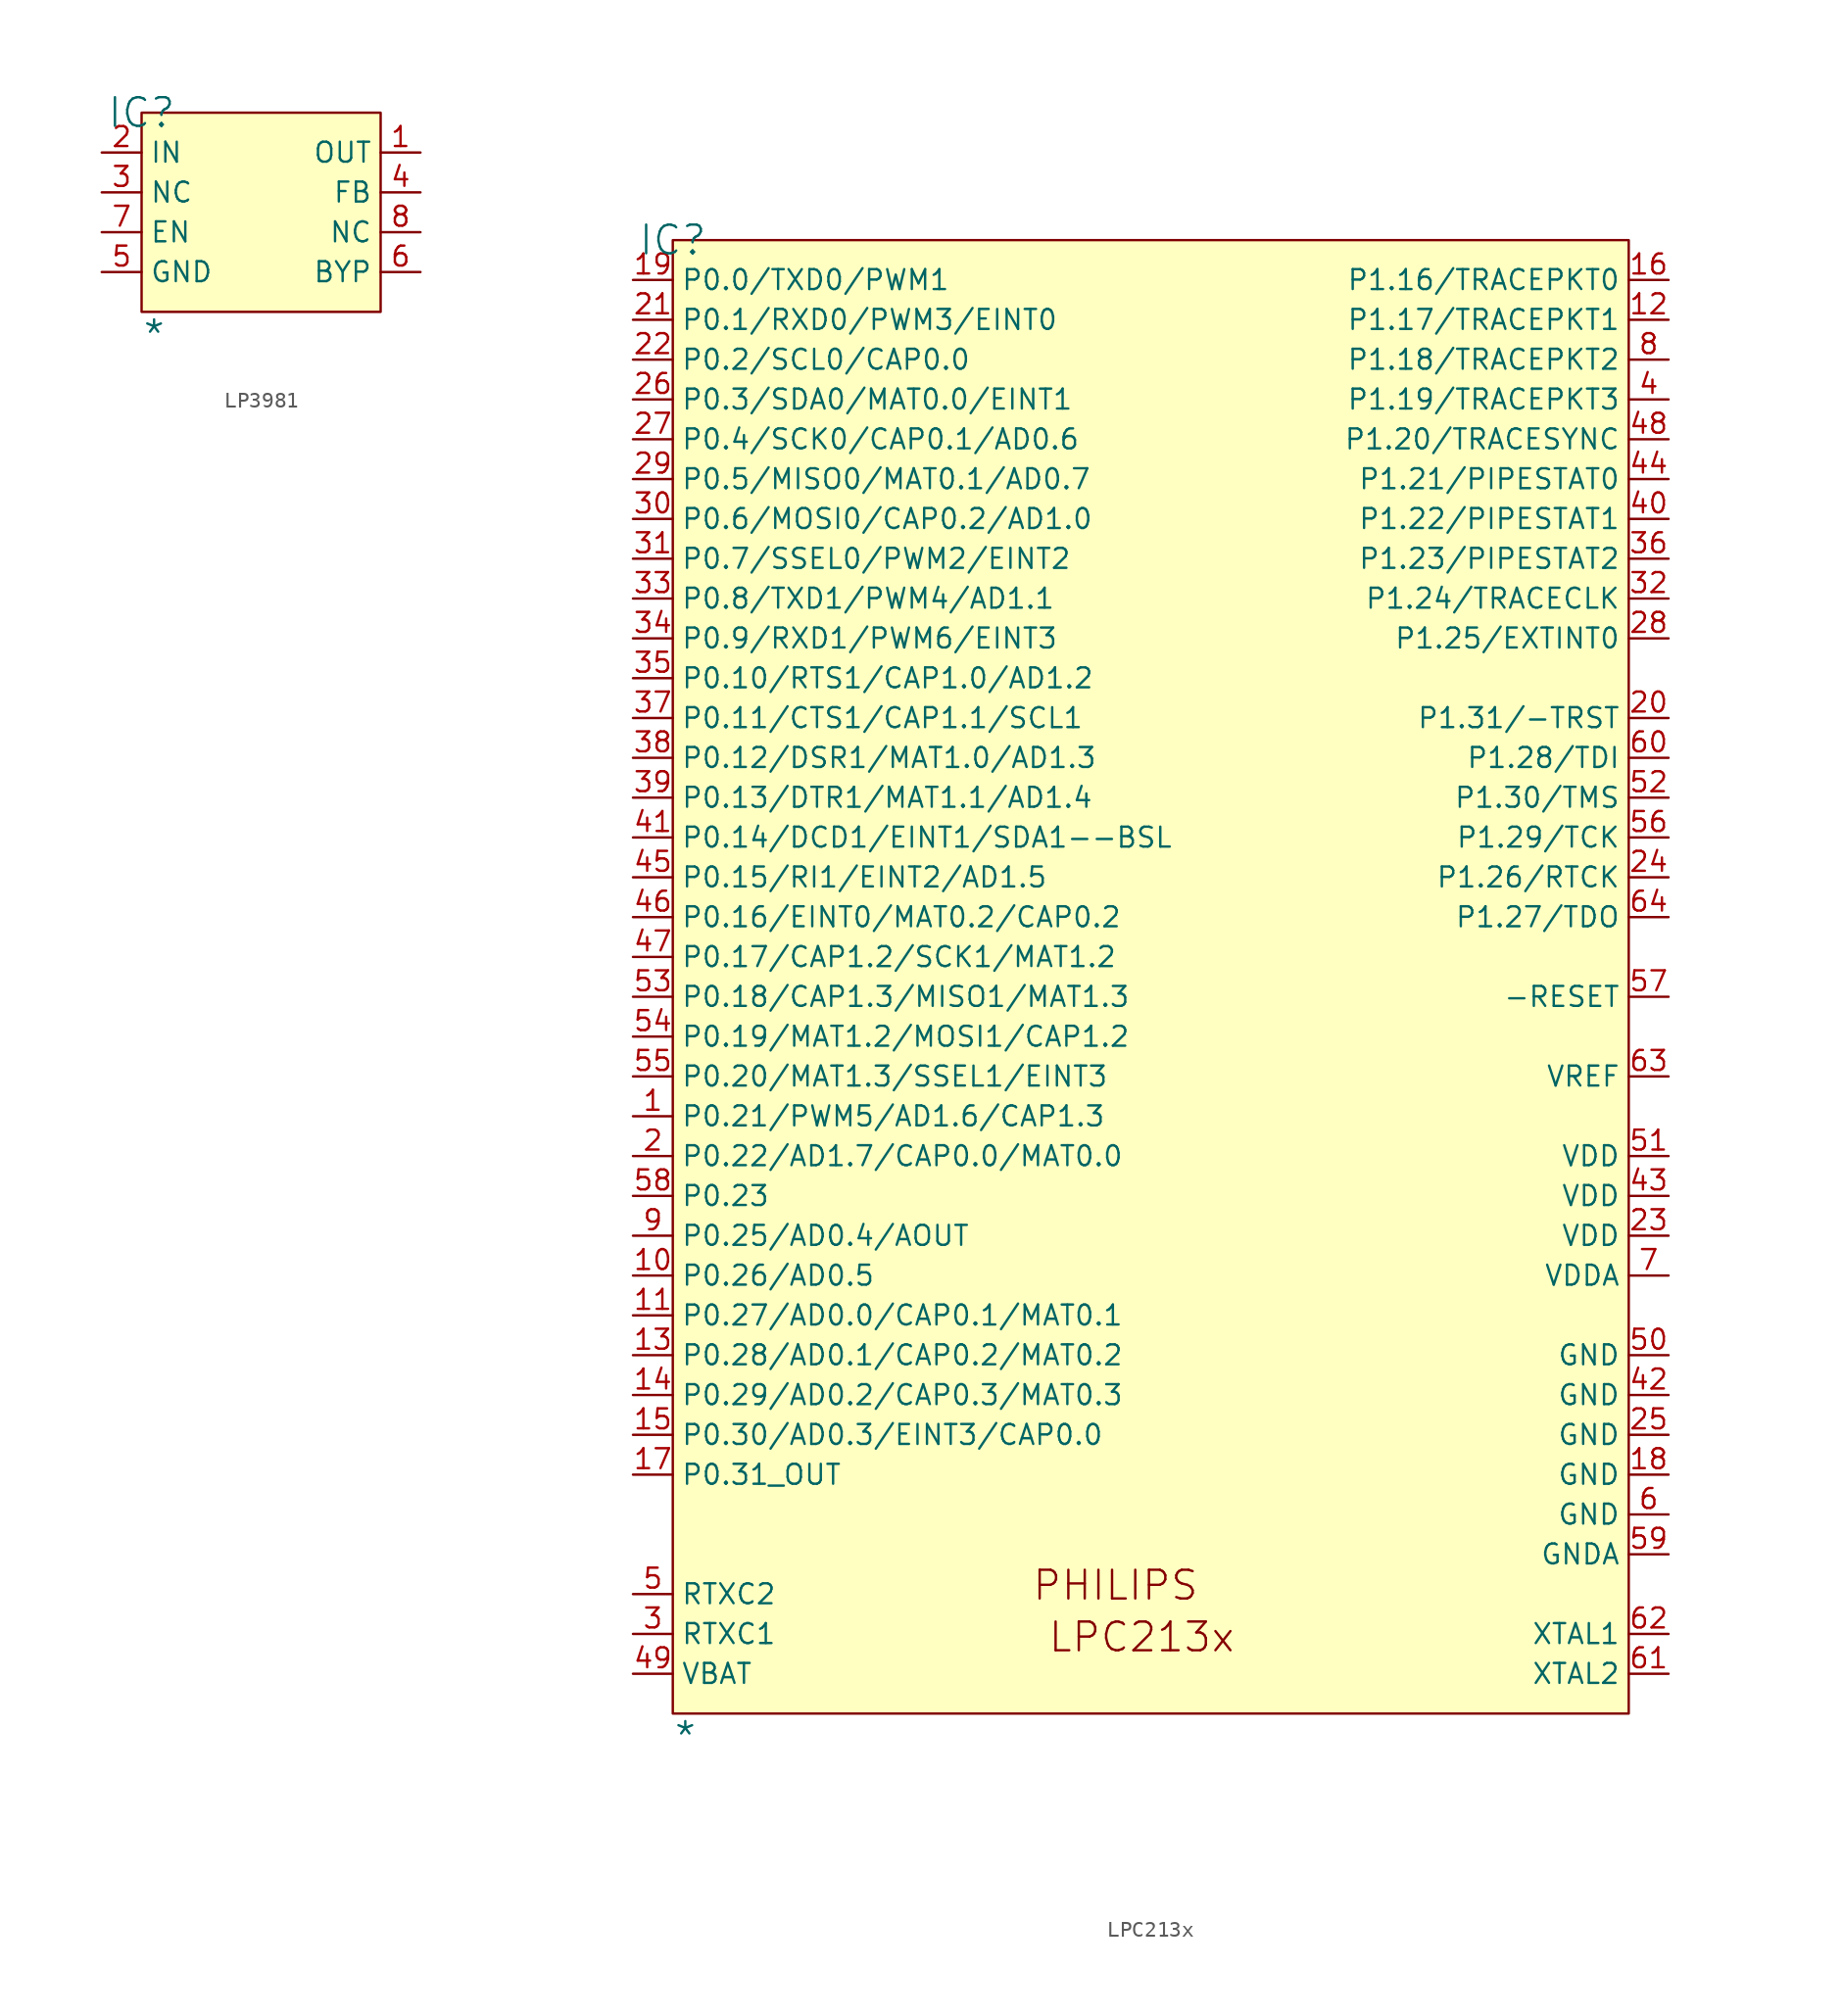
<source format=kicad_sym>
(kicad_symbol_lib
  (version 20241209)
  (generator "kicad_symbol_editor")
  (generator_version "9.0")
  (symbol "LP3981"
    (property "Reference" "IC"
      (at 0 0 0)
      (effects (font (size 1.829 1.829))))
    (property "Value" "*"
      (at 0 -15.24 0)
      (effects (font (size 1.829 1.829)) (justify left bottom)))
    (symbol "LP3981_1_0"
      (rectangle (start 15.24 0) (end 0 -12.7) (stroke (width 0) (type solid) (color 128 0 0 1)) (fill (type background)))
      (pin power_in line (at -2.54 -2.54 0) (length 2.54) (name "IN" (effects (font (size 1.27 1.27)))) (number "2" (effects (font (size 1.27 1.27)))))
      (pin passive line (at -2.54 -5.08 0) (length 2.54) (name "NC" (effects (font (size 1.27 1.27)))) (number "3" (effects (font (size 1.27 1.27)))))
      (pin passive line (at -2.54 -7.62 0) (length 2.54) (name "EN" (effects (font (size 1.27 1.27)))) (number "7" (effects (font (size 1.27 1.27)))))
      (pin power_in line (at -2.54 -10.16 0) (length 2.54) (name "GND" (effects (font (size 1.27 1.27)))) (number "5" (effects (font (size 1.27 1.27)))))
      (pin power_in line (at 17.78 -2.54 180) (length 2.54) (name "OUT" (effects (font (size 1.27 1.27)))) (number "1" (effects (font (size 1.27 1.27)))))
      (pin passive line (at 17.78 -5.08 180) (length 2.54) (name "FB" (effects (font (size 1.27 1.27)))) (number "4" (effects (font (size 1.27 1.27)))))
      (pin passive line (at 17.78 -7.62 180) (length 2.54) (name "NC" (effects (font (size 1.27 1.27)))) (number "8" (effects (font (size 1.27 1.27)))))
      (pin passive line (at 17.78 -10.16 180) (length 2.54) (name "BYP" (effects (font (size 1.27 1.27)))) (number "6" (effects (font (size 1.27 1.27)))))))
  (symbol "LPC213x"
    (property "Reference" "IC"
      (at 0 0 0)
      (effects (font (size 1.829 1.829))))
    (property "Value" "*"
      (at 0 -96.52 0)
      (effects (font (size 1.829 1.829)) (justify left bottom)))
    (symbol "LPC213x_1_0"
      (rectangle (start 60.96 0) (end 0 -93.98) (stroke (width 0) (type solid) (color 128 0 0 1)) (fill (type background)))
      (text "PHILIPS" (at 22.86 -86.868 0) (effects (font (size 1.829 1.829)) (justify left bottom)))
      (text "LPC213x" (at 23.876 -90.17 0) (effects (font (size 1.829 1.829)) (justify left bottom)))
      (pin passive line (at -2.54 -2.54 0) (length 2.54) (name "P0.0/TXD0/PWM1" (effects (font (size 1.27 1.27)))) (number "19" (effects (font (size 1.27 1.27)))))
      (pin passive line (at -2.54 -5.08 0) (length 2.54) (name "P0.1/RXD0/PWM3/EINT0" (effects (font (size 1.27 1.27)))) (number "21" (effects (font (size 1.27 1.27)))))
      (pin passive line (at -2.54 -7.62 0) (length 2.54) (name "P0.2/SCL0/CAP0.0" (effects (font (size 1.27 1.27)))) (number "22" (effects (font (size 1.27 1.27)))))
      (pin passive line (at -2.54 -10.16 0) (length 2.54) (name "P0.3/SDA0/MAT0.0/EINT1" (effects (font (size 1.27 1.27)))) (number "26" (effects (font (size 1.27 1.27)))))
      (pin passive line (at -2.54 -12.7 0) (length 2.54) (name "P0.4/SCK0/CAP0.1/AD0.6" (effects (font (size 1.27 1.27)))) (number "27" (effects (font (size 1.27 1.27)))))
      (pin passive line (at -2.54 -15.24 0) (length 2.54) (name "P0.5/MISO0/MAT0.1/AD0.7" (effects (font (size 1.27 1.27)))) (number "29" (effects (font (size 1.27 1.27)))))
      (pin passive line (at -2.54 -17.78 0) (length 2.54) (name "P0.6/MOSI0/CAP0.2/AD1.0" (effects (font (size 1.27 1.27)))) (number "30" (effects (font (size 1.27 1.27)))))
      (pin passive line (at -2.54 -20.32 0) (length 2.54) (name "P0.7/SSEL0/PWM2/EINT2" (effects (font (size 1.27 1.27)))) (number "31" (effects (font (size 1.27 1.27)))))
      (pin passive line (at -2.54 -22.86 0) (length 2.54) (name "P0.8/TXD1/PWM4/AD1.1" (effects (font (size 1.27 1.27)))) (number "33" (effects (font (size 1.27 1.27)))))
      (pin passive line (at -2.54 -25.4 0) (length 2.54) (name "P0.9/RXD1/PWM6/EINT3" (effects (font (size 1.27 1.27)))) (number "34" (effects (font (size 1.27 1.27)))))
      (pin passive line (at -2.54 -27.94 0) (length 2.54) (name "P0.10/RTS1/CAP1.0/AD1.2" (effects (font (size 1.27 1.27)))) (number "35" (effects (font (size 1.27 1.27)))))
      (pin passive line (at -2.54 -30.48 0) (length 2.54) (name "P0.11/CTS1/CAP1.1/SCL1" (effects (font (size 1.27 1.27)))) (number "37" (effects (font (size 1.27 1.27)))))
      (pin passive line (at -2.54 -33.02 0) (length 2.54) (name "P0.12/DSR1/MAT1.0/AD1.3" (effects (font (size 1.27 1.27)))) (number "38" (effects (font (size 1.27 1.27)))))
      (pin passive line (at -2.54 -35.56 0) (length 2.54) (name "P0.13/DTR1/MAT1.1/AD1.4" (effects (font (size 1.27 1.27)))) (number "39" (effects (font (size 1.27 1.27)))))
      (pin passive line (at -2.54 -38.1 0) (length 2.54) (name "P0.14/DCD1/EINT1/SDA1--BSL" (effects (font (size 1.27 1.27)))) (number "41" (effects (font (size 1.27 1.27)))))
      (pin passive line (at -2.54 -40.64 0) (length 2.54) (name "P0.15/RI1/EINT2/AD1.5" (effects (font (size 1.27 1.27)))) (number "45" (effects (font (size 1.27 1.27)))))
      (pin passive line (at -2.54 -43.18 0) (length 2.54) (name "P0.16/EINT0/MAT0.2/CAP0.2" (effects (font (size 1.27 1.27)))) (number "46" (effects (font (size 1.27 1.27)))))
      (pin passive line (at -2.54 -45.72 0) (length 2.54) (name "P0.17/CAP1.2/SCK1/MAT1.2" (effects (font (size 1.27 1.27)))) (number "47" (effects (font (size 1.27 1.27)))))
      (pin passive line (at -2.54 -48.26 0) (length 2.54) (name "P0.18/CAP1.3/MISO1/MAT1.3" (effects (font (size 1.27 1.27)))) (number "53" (effects (font (size 1.27 1.27)))))
      (pin passive line (at -2.54 -50.8 0) (length 2.54) (name "P0.19/MAT1.2/MOSI1/CAP1.2" (effects (font (size 1.27 1.27)))) (number "54" (effects (font (size 1.27 1.27)))))
      (pin passive line (at -2.54 -53.34 0) (length 2.54) (name "P0.20/MAT1.3/SSEL1/EINT3" (effects (font (size 1.27 1.27)))) (number "55" (effects (font (size 1.27 1.27)))))
      (pin passive line (at -2.54 -55.88 0) (length 2.54) (name "P0.21/PWM5/AD1.6/CAP1.3" (effects (font (size 1.27 1.27)))) (number "1" (effects (font (size 1.27 1.27)))))
      (pin passive line (at -2.54 -58.42 0) (length 2.54) (name "P0.22/AD1.7/CAP0.0/MAT0.0" (effects (font (size 1.27 1.27)))) (number "2" (effects (font (size 1.27 1.27)))))
      (pin passive line (at -2.54 -60.96 0) (length 2.54) (name "P0.23" (effects (font (size 1.27 1.27)))) (number "58" (effects (font (size 1.27 1.27)))))
      (pin passive line (at -2.54 -63.5 0) (length 2.54) (name "P0.25/AD0.4/AOUT" (effects (font (size 1.27 1.27)))) (number "9" (effects (font (size 1.27 1.27)))))
      (pin passive line (at -2.54 -66.04 0) (length 2.54) (name "P0.26/AD0.5" (effects (font (size 1.27 1.27)))) (number "10" (effects (font (size 1.27 1.27)))))
      (pin passive line (at -2.54 -68.58 0) (length 2.54) (name "P0.27/AD0.0/CAP0.1/MAT0.1" (effects (font (size 1.27 1.27)))) (number "11" (effects (font (size 1.27 1.27)))))
      (pin passive line (at -2.54 -71.12 0) (length 2.54) (name "P0.28/AD0.1/CAP0.2/MAT0.2" (effects (font (size 1.27 1.27)))) (number "13" (effects (font (size 1.27 1.27)))))
      (pin passive line (at -2.54 -73.66 0) (length 2.54) (name "P0.29/AD0.2/CAP0.3/MAT0.3" (effects (font (size 1.27 1.27)))) (number "14" (effects (font (size 1.27 1.27)))))
      (pin passive line (at -2.54 -76.2 0) (length 2.54) (name "P0.30/AD0.3/EINT3/CAP0.0" (effects (font (size 1.27 1.27)))) (number "15" (effects (font (size 1.27 1.27)))))
      (pin output line (at -2.54 -78.74 0) (length 2.54) (name "P0.31_OUT" (effects (font (size 1.27 1.27)))) (number "17" (effects (font (size 1.27 1.27)))))
      (pin passive line (at -2.54 -86.36 0) (length 2.54) (name "RTXC2" (effects (font (size 1.27 1.27)))) (number "5" (effects (font (size 1.27 1.27)))))
      (pin passive line (at -2.54 -88.9 0) (length 2.54) (name "RTXC1" (effects (font (size 1.27 1.27)))) (number "3" (effects (font (size 1.27 1.27)))))
      (pin passive line (at -2.54 -91.44 0) (length 2.54) (name "VBAT" (effects (font (size 1.27 1.27)))) (number "49" (effects (font (size 1.27 1.27)))))
      (pin passive line (at 63.5 -2.54 180) (length 2.54) (name "P1.16/TRACEPKT0" (effects (font (size 1.27 1.27)))) (number "16" (effects (font (size 1.27 1.27)))))
      (pin passive line (at 63.5 -5.08 180) (length 2.54) (name "P1.17/TRACEPKT1" (effects (font (size 1.27 1.27)))) (number "12" (effects (font (size 1.27 1.27)))))
      (pin passive line (at 63.5 -7.62 180) (length 2.54) (name "P1.18/TRACEPKT2" (effects (font (size 1.27 1.27)))) (number "8" (effects (font (size 1.27 1.27)))))
      (pin passive line (at 63.5 -10.16 180) (length 2.54) (name "P1.19/TRACEPKT3" (effects (font (size 1.27 1.27)))) (number "4" (effects (font (size 1.27 1.27)))))
      (pin passive line (at 63.5 -12.7 180) (length 2.54) (name "P1.20/TRACESYNC" (effects (font (size 1.27 1.27)))) (number "48" (effects (font (size 1.27 1.27)))))
      (pin passive line (at 63.5 -15.24 180) (length 2.54) (name "P1.21/PIPESTAT0" (effects (font (size 1.27 1.27)))) (number "44" (effects (font (size 1.27 1.27)))))
      (pin passive line (at 63.5 -17.78 180) (length 2.54) (name "P1.22/PIPESTAT1" (effects (font (size 1.27 1.27)))) (number "40" (effects (font (size 1.27 1.27)))))
      (pin passive line (at 63.5 -20.32 180) (length 2.54) (name "P1.23/PIPESTAT2" (effects (font (size 1.27 1.27)))) (number "36" (effects (font (size 1.27 1.27)))))
      (pin passive line (at 63.5 -22.86 180) (length 2.54) (name "P1.24/TRACECLK" (effects (font (size 1.27 1.27)))) (number "32" (effects (font (size 1.27 1.27)))))
      (pin passive line (at 63.5 -25.4 180) (length 2.54) (name "P1.25/EXTINT0" (effects (font (size 1.27 1.27)))) (number "28" (effects (font (size 1.27 1.27)))))
      (pin passive line (at 63.5 -30.48 180) (length 2.54) (name "P1.31/-TRST" (effects (font (size 1.27 1.27)))) (number "20" (effects (font (size 1.27 1.27)))))
      (pin passive line (at 63.5 -33.02 180) (length 2.54) (name "P1.28/TDI" (effects (font (size 1.27 1.27)))) (number "60" (effects (font (size 1.27 1.27)))))
      (pin passive line (at 63.5 -35.56 180) (length 2.54) (name "P1.30/TMS" (effects (font (size 1.27 1.27)))) (number "52" (effects (font (size 1.27 1.27)))))
      (pin passive line (at 63.5 -38.1 180) (length 2.54) (name "P1.29/TCK" (effects (font (size 1.27 1.27)))) (number "56" (effects (font (size 1.27 1.27)))))
      (pin passive line (at 63.5 -40.64 180) (length 2.54) (name "P1.26/RTCK" (effects (font (size 1.27 1.27)))) (number "24" (effects (font (size 1.27 1.27)))))
      (pin passive line (at 63.5 -43.18 180) (length 2.54) (name "P1.27/TDO" (effects (font (size 1.27 1.27)))) (number "64" (effects (font (size 1.27 1.27)))))
      (pin passive line (at 63.5 -48.26 180) (length 2.54) (name "-RESET" (effects (font (size 1.27 1.27)))) (number "57" (effects (font (size 1.27 1.27)))))
      (pin passive line (at 63.5 -53.34 180) (length 2.54) (name "VREF" (effects (font (size 1.27 1.27)))) (number "63" (effects (font (size 1.27 1.27)))))
      (pin passive line (at 63.5 -58.42 180) (length 2.54) (name "VDD" (effects (font (size 1.27 1.27)))) (number "51" (effects (font (size 1.27 1.27)))))
      (pin passive line (at 63.5 -60.96 180) (length 2.54) (name "VDD" (effects (font (size 1.27 1.27)))) (number "43" (effects (font (size 1.27 1.27)))))
      (pin passive line (at 63.5 -63.5 180) (length 2.54) (name "VDD" (effects (font (size 1.27 1.27)))) (number "23" (effects (font (size 1.27 1.27)))))
      (pin passive line (at 63.5 -66.04 180) (length 2.54) (name "VDDA" (effects (font (size 1.27 1.27)))) (number "7" (effects (font (size 1.27 1.27)))))
      (pin passive line (at 63.5 -71.12 180) (length 2.54) (name "GND" (effects (font (size 1.27 1.27)))) (number "50" (effects (font (size 1.27 1.27)))))
      (pin passive line (at 63.5 -73.66 180) (length 2.54) (name "GND" (effects (font (size 1.27 1.27)))) (number "42" (effects (font (size 1.27 1.27)))))
      (pin passive line (at 63.5 -76.2 180) (length 2.54) (name "GND" (effects (font (size 1.27 1.27)))) (number "25" (effects (font (size 1.27 1.27)))))
      (pin passive line (at 63.5 -78.74 180) (length 2.54) (name "GND" (effects (font (size 1.27 1.27)))) (number "18" (effects (font (size 1.27 1.27)))))
      (pin passive line (at 63.5 -81.28 180) (length 2.54) (name "GND" (effects (font (size 1.27 1.27)))) (number "6" (effects (font (size 1.27 1.27)))))
      (pin passive line (at 63.5 -83.82 180) (length 2.54) (name "GNDA" (effects (font (size 1.27 1.27)))) (number "59" (effects (font (size 1.27 1.27)))))
      (pin passive line (at 63.5 -88.9 180) (length 2.54) (name "XTAL1" (effects (font (size 1.27 1.27)))) (number "62" (effects (font (size 1.27 1.27)))))
      (pin passive line (at 63.5 -91.44 180) (length 2.54) (name "XTAL2" (effects (font (size 1.27 1.27)))) (number "61" (effects (font (size 1.27 1.27))))))))
</source>
